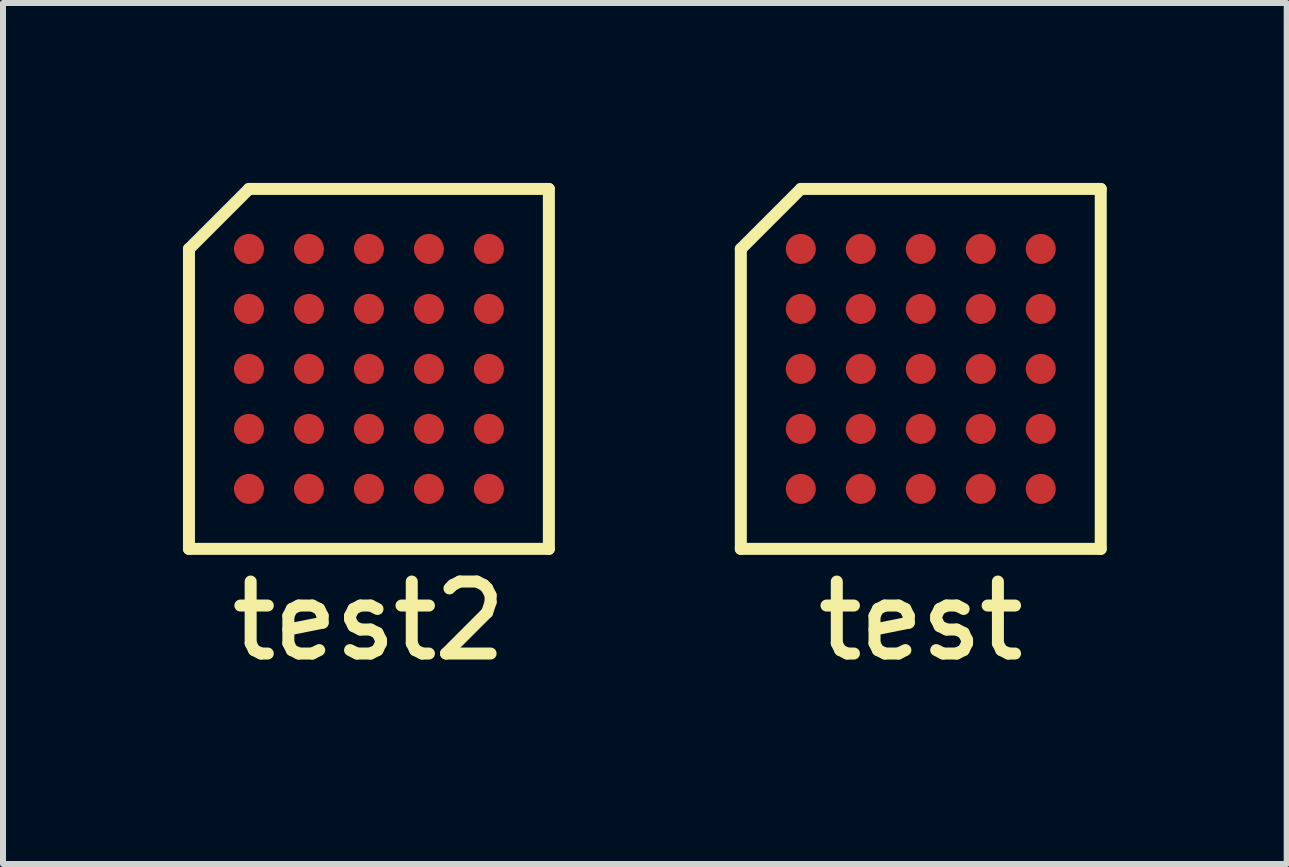
<source format=kicad_pcb>
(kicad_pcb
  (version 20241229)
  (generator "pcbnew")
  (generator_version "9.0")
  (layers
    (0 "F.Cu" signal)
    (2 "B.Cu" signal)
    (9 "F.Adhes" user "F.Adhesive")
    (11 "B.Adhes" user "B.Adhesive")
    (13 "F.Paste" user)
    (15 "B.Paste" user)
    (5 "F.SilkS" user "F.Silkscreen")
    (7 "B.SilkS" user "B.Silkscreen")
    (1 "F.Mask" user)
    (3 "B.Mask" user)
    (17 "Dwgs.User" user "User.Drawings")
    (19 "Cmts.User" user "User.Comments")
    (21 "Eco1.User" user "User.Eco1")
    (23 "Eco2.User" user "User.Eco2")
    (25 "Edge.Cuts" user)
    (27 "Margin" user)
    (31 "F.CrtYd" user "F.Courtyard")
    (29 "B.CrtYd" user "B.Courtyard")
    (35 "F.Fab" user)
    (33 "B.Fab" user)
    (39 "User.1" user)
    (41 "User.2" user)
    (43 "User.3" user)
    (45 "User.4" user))
  (footprint "test"
    (layer "F.Cu")
    (at 12.3 3.1)
    (property "Reference" "test" (at 0 4.2 0) (layer "F.SilkS") (effects (font (size 1.2 1.2) (thickness 0.2))))
    (attr through_hole)
    (fp_line (start -3 -2) (end -3 3) (stroke (width 0.2) (type solid)) (layer "F.SilkS"))
    (fp_line (start -3 3) (end 3 3) (stroke (width 0.2) (type solid)) (layer "F.SilkS"))
    (fp_line (start -2 -3) (end -3 -2) (stroke (width 0.2) (type solid)) (layer "F.SilkS"))
    (fp_line (start 3 -3) (end -2 -3) (stroke (width 0.2) (type solid)) (layer "F.SilkS"))
    (fp_line (start 3 3) (end 3 -3) (stroke (width 0.2) (type solid)) (layer "F.SilkS"))
    (pad "A1" smd circle (at -2 -2) (size 0.5 0.5) (layers "F.Cu" "F.Mask" "F.Paste"))
    (pad "A2" smd circle (at -1 -2) (size 0.5 0.5) (layers "F.Cu" "F.Mask" "F.Paste"))
    (pad "A3" smd circle (at 0 -2) (size 0.5 0.5) (layers "F.Cu" "F.Mask" "F.Paste"))
    (pad "A4" smd circle (at 1 -2) (size 0.5 0.5) (layers "F.Cu" "F.Mask" "F.Paste"))
    (pad "A5" smd circle (at 2 -2) (size 0.5 0.5) (layers "F.Cu" "F.Mask" "F.Paste"))
    (pad "B1" smd circle (at -2 -1) (size 0.5 0.5) (layers "F.Cu" "F.Mask" "F.Paste"))
    (pad "B2" smd circle (at -1 -1) (size 0.5 0.5) (layers "F.Cu" "F.Mask" "F.Paste"))
    (pad "B3" smd circle (at 0 -1) (size 0.5 0.5) (layers "F.Cu" "F.Mask" "F.Paste"))
    (pad "B4" smd circle (at 1 -1) (size 0.5 0.5) (layers "F.Cu" "F.Mask" "F.Paste"))
    (pad "B5" smd circle (at 2 -1) (size 0.5 0.5) (layers "F.Cu" "F.Mask" "F.Paste"))
    (pad "C1" smd circle (at -2 0) (size 0.5 0.5) (layers "F.Cu" "F.Mask" "F.Paste"))
    (pad "C2" smd circle (at -1 0) (size 0.5 0.5) (layers "F.Cu" "F.Mask" "F.Paste"))
    (pad "C3" smd circle (at 0 0) (size 0.5 0.5) (layers "F.Cu" "F.Mask" "F.Paste"))
    (pad "C4" smd circle (at 1 0) (size 0.5 0.5) (layers "F.Cu" "F.Mask" "F.Paste"))
    (pad "C5" smd circle (at 2 0) (size 0.5 0.5) (layers "F.Cu" "F.Mask" "F.Paste"))
    (pad "D1" smd circle (at -2 1) (size 0.5 0.5) (layers "F.Cu" "F.Mask" "F.Paste"))
    (pad "D2" smd circle (at -1 1) (size 0.5 0.5) (layers "F.Cu" "F.Mask" "F.Paste"))
    (pad "D3" smd circle (at 0 1) (size 0.5 0.5) (layers "F.Cu" "F.Mask" "F.Paste"))
    (pad "D4" smd circle (at 1 1) (size 0.5 0.5) (layers "F.Cu" "F.Mask" "F.Paste"))
    (pad "D5" smd circle (at 2 1) (size 0.5 0.5) (layers "F.Cu" "F.Mask" "F.Paste"))
    (pad "E1" smd circle (at -2 2) (size 0.5 0.5) (layers "F.Cu" "F.Mask" "F.Paste"))
    (pad "E2" smd circle (at -1 2) (size 0.5 0.5) (layers "F.Cu" "F.Mask" "F.Paste"))
    (pad "E3" smd circle (at 0 2) (size 0.5 0.5) (layers "F.Cu" "F.Mask" "F.Paste"))
    (pad "E4" smd circle (at 1 2) (size 0.5 0.5) (layers "F.Cu" "F.Mask" "F.Paste"))
    (pad "E5" smd circle (at 2 2) (size 0.5 0.5) (layers "F.Cu" "F.Mask" "F.Paste")))
  (footprint "test2"
    (layer "F.Cu")
    (at 3.1 3.1)
    (property "Reference" "test2" (at 0 4.2 0) (layer "F.SilkS") (effects (font (size 1.2 1.2) (thickness 0.2))))
    (attr through_hole)
    (fp_line (start -3 -2) (end -3 3) (stroke (width 0.2) (type solid)) (layer "F.SilkS"))
    (fp_line (start -3 3) (end 3 3) (stroke (width 0.2) (type solid)) (layer "F.SilkS"))
    (fp_line (start -2 -3) (end -3 -2) (stroke (width 0.2) (type solid)) (layer "F.SilkS"))
    (fp_line (start 3 -3) (end -2 -3) (stroke (width 0.2) (type solid)) (layer "F.SilkS"))
    (fp_line (start 3 3) (end 3 -3) (stroke (width 0.2) (type solid)) (layer "F.SilkS"))
    (pad "A1" smd circle (at -2 -2) (size 0.5 0.5) (layers "F.Cu" "F.Mask" "F.Paste"))
    (pad "A2" smd circle (at -1 -2) (size 0.5 0.5) (layers "F.Cu" "F.Mask" "F.Paste"))
    (pad "A3" smd circle (at 0 -2) (size 0.5 0.5) (layers "F.Cu" "F.Mask" "F.Paste"))
    (pad "A4" smd circle (at 1 -2) (size 0.5 0.5) (layers "F.Cu" "F.Mask" "F.Paste"))
    (pad "A5" smd circle (at 2 -2) (size 0.5 0.5) (layers "F.Cu" "F.Mask" "F.Paste"))
    (pad "B1" smd circle (at -2 -1) (size 0.5 0.5) (layers "F.Cu" "F.Mask" "F.Paste"))
    (pad "B2" smd circle (at -1 -1) (size 0.5 0.5) (layers "F.Cu" "F.Mask" "F.Paste"))
    (pad "B3" smd circle (at 0 -1) (size 0.5 0.5) (layers "F.Cu" "F.Mask" "F.Paste"))
    (pad "B4" smd circle (at 1 -1) (size 0.5 0.5) (layers "F.Cu" "F.Mask" "F.Paste"))
    (pad "B5" smd circle (at 2 -1) (size 0.5 0.5) (layers "F.Cu" "F.Mask" "F.Paste"))
    (pad "C1" smd circle (at -2 0) (size 0.5 0.5) (layers "F.Cu" "F.Mask" "F.Paste"))
    (pad "C2" smd circle (at -1 0) (size 0.5 0.5) (layers "F.Cu" "F.Mask" "F.Paste"))
    (pad "C3" smd circle (at 0 0) (size 0.5 0.5) (layers "F.Cu" "F.Mask" "F.Paste"))
    (pad "C4" smd circle (at 1 0) (size 0.5 0.5) (layers "F.Cu" "F.Mask" "F.Paste"))
    (pad "C5" smd circle (at 2 0) (size 0.5 0.5) (layers "F.Cu" "F.Mask" "F.Paste"))
    (pad "D1" smd circle (at -2 1) (size 0.5 0.5) (layers "F.Cu" "F.Mask" "F.Paste"))
    (pad "D2" smd circle (at -1 1) (size 0.5 0.5) (layers "F.Cu" "F.Mask" "F.Paste"))
    (pad "D3" smd circle (at 0 1) (size 0.5 0.5) (layers "F.Cu" "F.Mask" "F.Paste"))
    (pad "D4" smd circle (at 1 1) (size 0.5 0.5) (layers "F.Cu" "F.Mask" "F.Paste"))
    (pad "D5" smd circle (at 2 1) (size 0.5 0.5) (layers "F.Cu" "F.Mask" "F.Paste"))
    (pad "E1" smd circle (at -2 2) (size 0.5 0.5) (layers "F.Cu" "F.Mask" "F.Paste"))
    (pad "E2" smd circle (at -1 2) (size 0.5 0.5) (layers "F.Cu" "F.Mask" "F.Paste"))
    (pad "E3" smd circle (at 0 2) (size 0.5 0.5) (layers "F.Cu" "F.Mask" "F.Paste"))
    (pad "E4" smd circle (at 1 2) (size 0.5 0.5) (layers "F.Cu" "F.Mask" "F.Paste"))
    (pad "E5" smd circle (at 2 2) (size 0.5 0.5) (layers "F.Cu" "F.Mask" "F.Paste")))
  (gr_rect
    (start -3 -3)
    (end 18.4 11.353)
    (stroke (width 0.1) (type default))
    (fill no)
    (layer "Edge.Cuts")))
</source>
